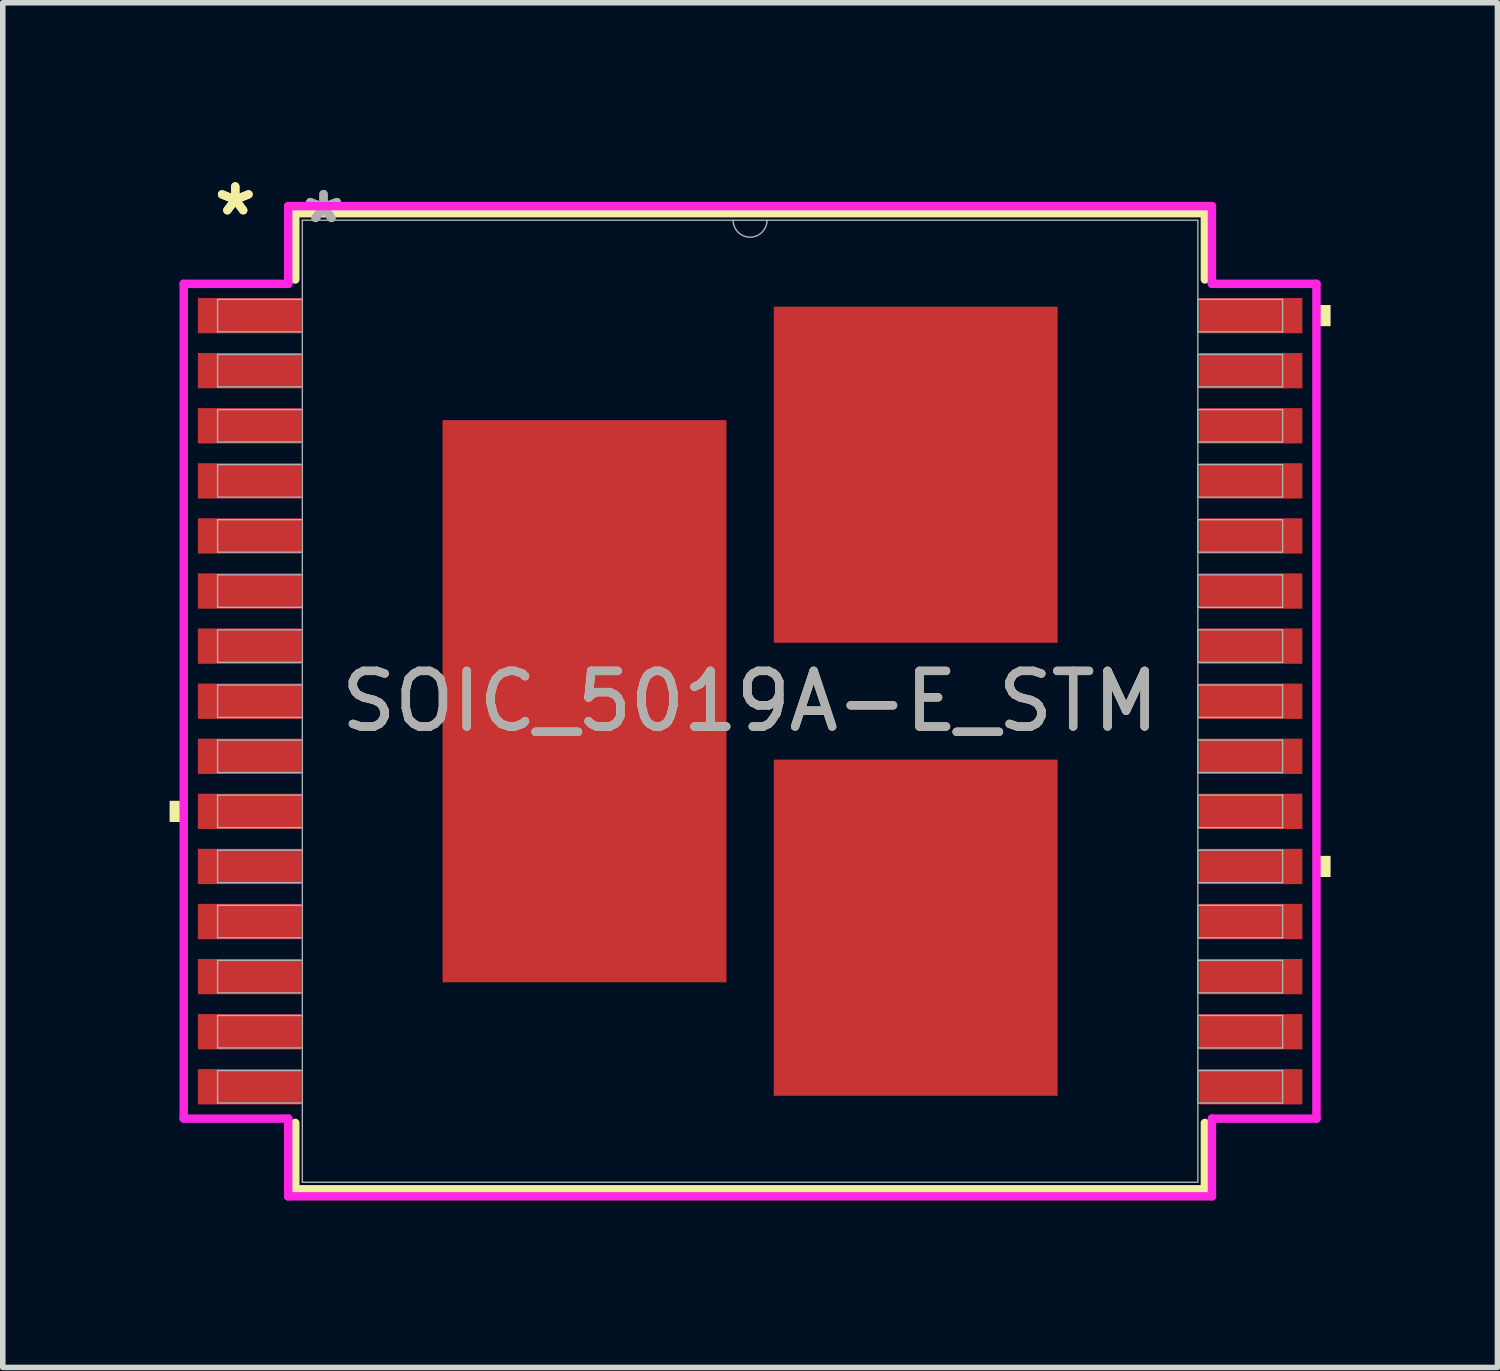
<source format=kicad_pcb>
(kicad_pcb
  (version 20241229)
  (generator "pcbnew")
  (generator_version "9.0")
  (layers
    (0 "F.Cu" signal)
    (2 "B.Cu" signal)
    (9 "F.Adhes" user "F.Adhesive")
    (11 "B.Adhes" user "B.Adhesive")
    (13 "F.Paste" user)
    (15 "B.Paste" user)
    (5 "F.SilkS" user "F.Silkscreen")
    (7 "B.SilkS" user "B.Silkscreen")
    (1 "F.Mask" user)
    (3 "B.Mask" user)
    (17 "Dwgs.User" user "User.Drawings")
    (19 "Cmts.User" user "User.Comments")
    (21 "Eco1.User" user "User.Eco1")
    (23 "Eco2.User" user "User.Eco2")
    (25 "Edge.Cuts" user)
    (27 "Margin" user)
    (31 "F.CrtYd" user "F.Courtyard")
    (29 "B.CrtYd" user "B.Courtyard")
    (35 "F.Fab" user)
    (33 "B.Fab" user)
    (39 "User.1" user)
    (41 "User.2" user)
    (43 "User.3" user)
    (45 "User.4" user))
  (footprint "SOIC_5019A-E_STM"
    (layer "F.Cu")
    (at 10.439 9.56)
    (property "Reference" "SOIC_5019A-E_STM" (at 0 0 0) (unlocked yes) (layer "F.SilkS") (effects (font (size 1 1) (thickness 0.15))))
    (attr smd)
    (fp_line (start -8.179 -8.777) (end -8.179 -7.584) (stroke (width 0.152) (type solid)) (layer "F.SilkS"))
    (fp_line (start -8.179 7.584) (end -8.179 8.777) (stroke (width 0.152) (type solid)) (layer "F.SilkS"))
    (fp_line (start -8.179 8.777) (end 8.179 8.777) (stroke (width 0.152) (type solid)) (layer "F.SilkS"))
    (fp_line (start 8.179 -8.777) (end -8.179 -8.777) (stroke (width 0.152) (type solid)) (layer "F.SilkS"))
    (fp_line (start 8.179 -7.584) (end 8.179 -8.777) (stroke (width 0.152) (type solid)) (layer "F.SilkS"))
    (fp_line (start 8.179 8.777) (end 8.179 7.584) (stroke (width 0.152) (type solid)) (layer "F.SilkS"))
    (fp_poly (pts (xy -10.439 1.791) (xy -10.439 2.172) (xy -10.185 2.172) (xy -10.185 1.791)) (stroke (width 0) (type solid)) (fill yes) (layer "F.SilkS"))
    (fp_poly (pts (xy 10.439 -7.125) (xy 10.439 -6.744) (xy 10.185 -6.744) (xy 10.185 -7.125)) (stroke (width 0) (type solid)) (fill yes) (layer "F.SilkS"))
    (fp_poly (pts (xy 10.439 2.781) (xy 10.439 3.162) (xy 10.185 3.162) (xy 10.185 2.781)) (stroke (width 0) (type solid)) (fill yes) (layer "F.SilkS"))
    (fp_line (start -10.185 -7.506) (end -8.306 -7.506) (stroke (width 0.152) (type solid)) (layer "F.CrtYd"))
    (fp_line (start -10.185 7.506) (end -10.185 -7.506) (stroke (width 0.152) (type solid)) (layer "F.CrtYd"))
    (fp_line (start -10.185 7.506) (end -8.306 7.506) (stroke (width 0.152) (type solid)) (layer "F.CrtYd"))
    (fp_line (start -8.306 -8.904) (end 8.306 -8.904) (stroke (width 0.152) (type solid)) (layer "F.CrtYd"))
    (fp_line (start -8.306 -7.506) (end -8.306 -8.904) (stroke (width 0.152) (type solid)) (layer "F.CrtYd"))
    (fp_line (start -8.306 8.904) (end -8.306 7.506) (stroke (width 0.152) (type solid)) (layer "F.CrtYd"))
    (fp_line (start 8.306 -8.904) (end 8.306 -7.506) (stroke (width 0.152) (type solid)) (layer "F.CrtYd"))
    (fp_line (start 8.306 7.506) (end 8.306 8.904) (stroke (width 0.152) (type solid)) (layer "F.CrtYd"))
    (fp_line (start 8.306 8.904) (end -8.306 8.904) (stroke (width 0.152) (type solid)) (layer "F.CrtYd"))
    (fp_line (start 10.185 -7.506) (end 8.306 -7.506) (stroke (width 0.152) (type solid)) (layer "F.CrtYd"))
    (fp_line (start 10.185 -7.506) (end 10.185 7.506) (stroke (width 0.152) (type solid)) (layer "F.CrtYd"))
    (fp_line (start 10.185 7.506) (end 8.306 7.506) (stroke (width 0.152) (type solid)) (layer "F.CrtYd"))
    (fp_line (start -9.576 -7.226) (end -9.576 -6.642) (stroke (width 0.025) (type solid)) (layer "F.Fab"))
    (fp_line (start -9.576 -6.642) (end -8.052 -6.642) (stroke (width 0.025) (type solid)) (layer "F.Fab"))
    (fp_line (start -9.576 -6.236) (end -9.576 -5.652) (stroke (width 0.025) (type solid)) (layer "F.Fab"))
    (fp_line (start -9.576 -5.652) (end -8.052 -5.652) (stroke (width 0.025) (type solid)) (layer "F.Fab"))
    (fp_line (start -9.576 -5.245) (end -9.576 -4.661) (stroke (width 0.025) (type solid)) (layer "F.Fab"))
    (fp_line (start -9.576 -4.661) (end -8.052 -4.661) (stroke (width 0.025) (type solid)) (layer "F.Fab"))
    (fp_line (start -9.576 -4.255) (end -9.576 -3.67) (stroke (width 0.025) (type solid)) (layer "F.Fab"))
    (fp_line (start -9.576 -3.67) (end -8.052 -3.67) (stroke (width 0.025) (type solid)) (layer "F.Fab"))
    (fp_line (start -9.576 -3.264) (end -9.576 -2.68) (stroke (width 0.025) (type solid)) (layer "F.Fab"))
    (fp_line (start -9.576 -2.68) (end -8.052 -2.68) (stroke (width 0.025) (type solid)) (layer "F.Fab"))
    (fp_line (start -9.576 -2.273) (end -9.576 -1.689) (stroke (width 0.025) (type solid)) (layer "F.Fab"))
    (fp_line (start -9.576 -1.689) (end -8.052 -1.689) (stroke (width 0.025) (type solid)) (layer "F.Fab"))
    (fp_line (start -9.576 -1.283) (end -9.576 -0.699) (stroke (width 0.025) (type solid)) (layer "F.Fab"))
    (fp_line (start -9.576 -0.699) (end -8.052 -0.699) (stroke (width 0.025) (type solid)) (layer "F.Fab"))
    (fp_line (start -9.576 -0.292) (end -9.576 0.292) (stroke (width 0.025) (type solid)) (layer "F.Fab"))
    (fp_line (start -9.576 0.292) (end -8.052 0.292) (stroke (width 0.025) (type solid)) (layer "F.Fab"))
    (fp_line (start -9.576 0.699) (end -9.576 1.283) (stroke (width 0.025) (type solid)) (layer "F.Fab"))
    (fp_line (start -9.576 1.283) (end -8.052 1.283) (stroke (width 0.025) (type solid)) (layer "F.Fab"))
    (fp_line (start -9.576 1.689) (end -9.576 2.273) (stroke (width 0.025) (type solid)) (layer "F.Fab"))
    (fp_line (start -9.576 2.273) (end -8.052 2.273) (stroke (width 0.025) (type solid)) (layer "F.Fab"))
    (fp_line (start -9.576 2.68) (end -9.576 3.264) (stroke (width 0.025) (type solid)) (layer "F.Fab"))
    (fp_line (start -9.576 3.264) (end -8.052 3.264) (stroke (width 0.025) (type solid)) (layer "F.Fab"))
    (fp_line (start -9.576 3.67) (end -9.576 4.255) (stroke (width 0.025) (type solid)) (layer "F.Fab"))
    (fp_line (start -9.576 4.255) (end -8.052 4.255) (stroke (width 0.025) (type solid)) (layer "F.Fab"))
    (fp_line (start -9.576 4.661) (end -9.576 5.245) (stroke (width 0.025) (type solid)) (layer "F.Fab"))
    (fp_line (start -9.576 5.245) (end -8.052 5.245) (stroke (width 0.025) (type solid)) (layer "F.Fab"))
    (fp_line (start -9.576 5.652) (end -9.576 6.236) (stroke (width 0.025) (type solid)) (layer "F.Fab"))
    (fp_line (start -9.576 6.236) (end -8.052 6.236) (stroke (width 0.025) (type solid)) (layer "F.Fab"))
    (fp_line (start -9.576 6.642) (end -9.576 7.226) (stroke (width 0.025) (type solid)) (layer "F.Fab"))
    (fp_line (start -9.576 7.226) (end -8.052 7.226) (stroke (width 0.025) (type solid)) (layer "F.Fab"))
    (fp_line (start -8.052 -8.65) (end -8.052 8.65) (stroke (width 0.025) (type solid)) (layer "F.Fab"))
    (fp_line (start -8.052 -7.226) (end -9.576 -7.226) (stroke (width 0.025) (type solid)) (layer "F.Fab"))
    (fp_line (start -8.052 -6.642) (end -8.052 -7.226) (stroke (width 0.025) (type solid)) (layer "F.Fab"))
    (fp_line (start -8.052 -6.236) (end -9.576 -6.236) (stroke (width 0.025) (type solid)) (layer "F.Fab"))
    (fp_line (start -8.052 -5.652) (end -8.052 -6.236) (stroke (width 0.025) (type solid)) (layer "F.Fab"))
    (fp_line (start -8.052 -5.245) (end -9.576 -5.245) (stroke (width 0.025) (type solid)) (layer "F.Fab"))
    (fp_line (start -8.052 -4.661) (end -8.052 -5.245) (stroke (width 0.025) (type solid)) (layer "F.Fab"))
    (fp_line (start -8.052 -4.255) (end -9.576 -4.255) (stroke (width 0.025) (type solid)) (layer "F.Fab"))
    (fp_line (start -8.052 -3.67) (end -8.052 -4.255) (stroke (width 0.025) (type solid)) (layer "F.Fab"))
    (fp_line (start -8.052 -3.264) (end -9.576 -3.264) (stroke (width 0.025) (type solid)) (layer "F.Fab"))
    (fp_line (start -8.052 -2.68) (end -8.052 -3.264) (stroke (width 0.025) (type solid)) (layer "F.Fab"))
    (fp_line (start -8.052 -2.273) (end -9.576 -2.273) (stroke (width 0.025) (type solid)) (layer "F.Fab"))
    (fp_line (start -8.052 -1.689) (end -8.052 -2.273) (stroke (width 0.025) (type solid)) (layer "F.Fab"))
    (fp_line (start -8.052 -1.283) (end -9.576 -1.283) (stroke (width 0.025) (type solid)) (layer "F.Fab"))
    (fp_line (start -8.052 -0.699) (end -8.052 -1.283) (stroke (width 0.025) (type solid)) (layer "F.Fab"))
    (fp_line (start -8.052 -0.292) (end -9.576 -0.292) (stroke (width 0.025) (type solid)) (layer "F.Fab"))
    (fp_line (start -8.052 0.292) (end -8.052 -0.292) (stroke (width 0.025) (type solid)) (layer "F.Fab"))
    (fp_line (start -8.052 0.699) (end -9.576 0.699) (stroke (width 0.025) (type solid)) (layer "F.Fab"))
    (fp_line (start -8.052 1.283) (end -8.052 0.699) (stroke (width 0.025) (type solid)) (layer "F.Fab"))
    (fp_line (start -8.052 1.689) (end -9.576 1.689) (stroke (width 0.025) (type solid)) (layer "F.Fab"))
    (fp_line (start -8.052 2.273) (end -8.052 1.689) (stroke (width 0.025) (type solid)) (layer "F.Fab"))
    (fp_line (start -8.052 2.68) (end -9.576 2.68) (stroke (width 0.025) (type solid)) (layer "F.Fab"))
    (fp_line (start -8.052 3.264) (end -8.052 2.68) (stroke (width 0.025) (type solid)) (layer "F.Fab"))
    (fp_line (start -8.052 3.67) (end -9.576 3.67) (stroke (width 0.025) (type solid)) (layer "F.Fab"))
    (fp_line (start -8.052 4.255) (end -8.052 3.67) (stroke (width 0.025) (type solid)) (layer "F.Fab"))
    (fp_line (start -8.052 4.661) (end -9.576 4.661) (stroke (width 0.025) (type solid)) (layer "F.Fab"))
    (fp_line (start -8.052 5.245) (end -8.052 4.661) (stroke (width 0.025) (type solid)) (layer "F.Fab"))
    (fp_line (start -8.052 5.652) (end -9.576 5.652) (stroke (width 0.025) (type solid)) (layer "F.Fab"))
    (fp_line (start -8.052 6.236) (end -8.052 5.652) (stroke (width 0.025) (type solid)) (layer "F.Fab"))
    (fp_line (start -8.052 6.642) (end -9.576 6.642) (stroke (width 0.025) (type solid)) (layer "F.Fab"))
    (fp_line (start -8.052 7.226) (end -8.052 6.642) (stroke (width 0.025) (type solid)) (layer "F.Fab"))
    (fp_line (start -8.052 8.65) (end 8.052 8.65) (stroke (width 0.025) (type solid)) (layer "F.Fab"))
    (fp_line (start 8.052 -8.65) (end -8.052 -8.65) (stroke (width 0.025) (type solid)) (layer "F.Fab"))
    (fp_line (start 8.052 -7.226) (end 8.052 -6.642) (stroke (width 0.025) (type solid)) (layer "F.Fab"))
    (fp_line (start 8.052 -6.642) (end 9.576 -6.642) (stroke (width 0.025) (type solid)) (layer "F.Fab"))
    (fp_line (start 8.052 -6.236) (end 8.052 -5.652) (stroke (width 0.025) (type solid)) (layer "F.Fab"))
    (fp_line (start 8.052 -5.652) (end 9.576 -5.652) (stroke (width 0.025) (type solid)) (layer "F.Fab"))
    (fp_line (start 8.052 -5.245) (end 8.052 -4.661) (stroke (width 0.025) (type solid)) (layer "F.Fab"))
    (fp_line (start 8.052 -4.661) (end 9.576 -4.661) (stroke (width 0.025) (type solid)) (layer "F.Fab"))
    (fp_line (start 8.052 -4.255) (end 8.052 -3.67) (stroke (width 0.025) (type solid)) (layer "F.Fab"))
    (fp_line (start 8.052 -3.67) (end 9.576 -3.67) (stroke (width 0.025) (type solid)) (layer "F.Fab"))
    (fp_line (start 8.052 -3.264) (end 8.052 -2.68) (stroke (width 0.025) (type solid)) (layer "F.Fab"))
    (fp_line (start 8.052 -2.68) (end 9.576 -2.68) (stroke (width 0.025) (type solid)) (layer "F.Fab"))
    (fp_line (start 8.052 -2.273) (end 8.052 -1.689) (stroke (width 0.025) (type solid)) (layer "F.Fab"))
    (fp_line (start 8.052 -1.689) (end 9.576 -1.689) (stroke (width 0.025) (type solid)) (layer "F.Fab"))
    (fp_line (start 8.052 -1.283) (end 8.052 -0.699) (stroke (width 0.025) (type solid)) (layer "F.Fab"))
    (fp_line (start 8.052 -0.699) (end 9.576 -0.699) (stroke (width 0.025) (type solid)) (layer "F.Fab"))
    (fp_line (start 8.052 -0.292) (end 8.052 0.292) (stroke (width 0.025) (type solid)) (layer "F.Fab"))
    (fp_line (start 8.052 0.292) (end 9.576 0.292) (stroke (width 0.025) (type solid)) (layer "F.Fab"))
    (fp_line (start 8.052 0.699) (end 8.052 1.283) (stroke (width 0.025) (type solid)) (layer "F.Fab"))
    (fp_line (start 8.052 1.283) (end 9.576 1.283) (stroke (width 0.025) (type solid)) (layer "F.Fab"))
    (fp_line (start 8.052 1.689) (end 8.052 2.273) (stroke (width 0.025) (type solid)) (layer "F.Fab"))
    (fp_line (start 8.052 2.273) (end 9.576 2.273) (stroke (width 0.025) (type solid)) (layer "F.Fab"))
    (fp_line (start 8.052 2.68) (end 8.052 3.264) (stroke (width 0.025) (type solid)) (layer "F.Fab"))
    (fp_line (start 8.052 3.264) (end 9.576 3.264) (stroke (width 0.025) (type solid)) (layer "F.Fab"))
    (fp_line (start 8.052 3.67) (end 8.052 4.255) (stroke (width 0.025) (type solid)) (layer "F.Fab"))
    (fp_line (start 8.052 4.255) (end 9.576 4.255) (stroke (width 0.025) (type solid)) (layer "F.Fab"))
    (fp_line (start 8.052 4.661) (end 8.052 5.245) (stroke (width 0.025) (type solid)) (layer "F.Fab"))
    (fp_line (start 8.052 5.245) (end 9.576 5.245) (stroke (width 0.025) (type solid)) (layer "F.Fab"))
    (fp_line (start 8.052 5.652) (end 8.052 6.236) (stroke (width 0.025) (type solid)) (layer "F.Fab"))
    (fp_line (start 8.052 6.236) (end 9.576 6.236) (stroke (width 0.025) (type solid)) (layer "F.Fab"))
    (fp_line (start 8.052 6.642) (end 8.052 7.226) (stroke (width 0.025) (type solid)) (layer "F.Fab"))
    (fp_line (start 8.052 7.226) (end 9.576 7.226) (stroke (width 0.025) (type solid)) (layer "F.Fab"))
    (fp_line (start 8.052 8.65) (end 8.052 -8.65) (stroke (width 0.025) (type solid)) (layer "F.Fab"))
    (fp_line (start 9.576 -7.226) (end 8.052 -7.226) (stroke (width 0.025) (type solid)) (layer "F.Fab"))
    (fp_line (start 9.576 -6.642) (end 9.576 -7.226) (stroke (width 0.025) (type solid)) (layer "F.Fab"))
    (fp_line (start 9.576 -6.236) (end 8.052 -6.236) (stroke (width 0.025) (type solid)) (layer "F.Fab"))
    (fp_line (start 9.576 -5.652) (end 9.576 -6.236) (stroke (width 0.025) (type solid)) (layer "F.Fab"))
    (fp_line (start 9.576 -5.245) (end 8.052 -5.245) (stroke (width 0.025) (type solid)) (layer "F.Fab"))
    (fp_line (start 9.576 -4.661) (end 9.576 -5.245) (stroke (width 0.025) (type solid)) (layer "F.Fab"))
    (fp_line (start 9.576 -4.255) (end 8.052 -4.255) (stroke (width 0.025) (type solid)) (layer "F.Fab"))
    (fp_line (start 9.576 -3.67) (end 9.576 -4.255) (stroke (width 0.025) (type solid)) (layer "F.Fab"))
    (fp_line (start 9.576 -3.264) (end 8.052 -3.264) (stroke (width 0.025) (type solid)) (layer "F.Fab"))
    (fp_line (start 9.576 -2.68) (end 9.576 -3.264) (stroke (width 0.025) (type solid)) (layer "F.Fab"))
    (fp_line (start 9.576 -2.273) (end 8.052 -2.273) (stroke (width 0.025) (type solid)) (layer "F.Fab"))
    (fp_line (start 9.576 -1.689) (end 9.576 -2.273) (stroke (width 0.025) (type solid)) (layer "F.Fab"))
    (fp_line (start 9.576 -1.283) (end 8.052 -1.283) (stroke (width 0.025) (type solid)) (layer "F.Fab"))
    (fp_line (start 9.576 -0.699) (end 9.576 -1.283) (stroke (width 0.025) (type solid)) (layer "F.Fab"))
    (fp_line (start 9.576 -0.292) (end 8.052 -0.292) (stroke (width 0.025) (type solid)) (layer "F.Fab"))
    (fp_line (start 9.576 0.292) (end 9.576 -0.292) (stroke (width 0.025) (type solid)) (layer "F.Fab"))
    (fp_line (start 9.576 0.699) (end 8.052 0.699) (stroke (width 0.025) (type solid)) (layer "F.Fab"))
    (fp_line (start 9.576 1.283) (end 9.576 0.699) (stroke (width 0.025) (type solid)) (layer "F.Fab"))
    (fp_line (start 9.576 1.689) (end 8.052 1.689) (stroke (width 0.025) (type solid)) (layer "F.Fab"))
    (fp_line (start 9.576 2.273) (end 9.576 1.689) (stroke (width 0.025) (type solid)) (layer "F.Fab"))
    (fp_line (start 9.576 2.68) (end 8.052 2.68) (stroke (width 0.025) (type solid)) (layer "F.Fab"))
    (fp_line (start 9.576 3.264) (end 9.576 2.68) (stroke (width 0.025) (type solid)) (layer "F.Fab"))
    (fp_line (start 9.576 3.67) (end 8.052 3.67) (stroke (width 0.025) (type solid)) (layer "F.Fab"))
    (fp_line (start 9.576 4.255) (end 9.576 3.67) (stroke (width 0.025) (type solid)) (layer "F.Fab"))
    (fp_line (start 9.576 4.661) (end 8.052 4.661) (stroke (width 0.025) (type solid)) (layer "F.Fab"))
    (fp_line (start 9.576 5.245) (end 9.576 4.661) (stroke (width 0.025) (type solid)) (layer "F.Fab"))
    (fp_line (start 9.576 5.652) (end 8.052 5.652) (stroke (width 0.025) (type solid)) (layer "F.Fab"))
    (fp_line (start 9.576 6.236) (end 9.576 5.652) (stroke (width 0.025) (type solid)) (layer "F.Fab"))
    (fp_line (start 9.576 6.642) (end 8.052 6.642) (stroke (width 0.025) (type solid)) (layer "F.Fab"))
    (fp_line (start 9.576 7.226) (end 9.576 6.642) (stroke (width 0.025) (type solid)) (layer "F.Fab"))
    (fp_arc (start 0.3048 -8.650001) (mid 0 -8.345201) (end -0.3048 -8.650001) (stroke (width 0.0254) (type solid)) (layer "F.Fab"))
    (fp_text user "*" (at -9.258 -8.712 0) (layer "F.SilkS") (effects (font (size 1 1) (thickness 0.15))))
    (fp_text user "*" (at -9.258 -8.712 0) (unlocked yes) (layer "F.SilkS") (effects (font (size 1 1) (thickness 0.15))))
    (fp_text user "*" (at -7.671 -8.574 0) (unlocked yes) (layer "F.Fab") (effects (font (size 1 1) (thickness 0.15))))
    (fp_text user "${REFERENCE}" (at 0 0 0) (unlocked yes) (layer "F.Fab") (effects (font (size 1 1) (thickness 0.15))))
    (fp_text user "*" (at -7.671 -8.574 0) (layer "F.Fab") (effects (font (size 1 1) (thickness 0.15))))
    (pad "1" smd rect (at -9.004 -6.934) (size 1.854 0.635) (layers "F.Cu" "F.Mask" "F.Paste"))
    (pad "2" smd rect (at -9.004 -5.944) (size 1.854 0.635) (layers "F.Cu" "F.Mask" "F.Paste"))
    (pad "3" smd rect (at -9.004 -4.953) (size 1.854 0.635) (layers "F.Cu" "F.Mask" "F.Paste"))
    (pad "4" smd rect (at -9.004 -3.962) (size 1.854 0.635) (layers "F.Cu" "F.Mask" "F.Paste"))
    (pad "5" smd rect (at -9.004 -2.972) (size 1.854 0.635) (layers "F.Cu" "F.Mask" "F.Paste"))
    (pad "6" smd rect (at -9.004 -1.981) (size 1.854 0.635) (layers "F.Cu" "F.Mask" "F.Paste"))
    (pad "7" smd rect (at -9.004 -0.991) (size 1.854 0.635) (layers "F.Cu" "F.Mask" "F.Paste"))
    (pad "8" smd rect (at -9.004 0) (size 1.854 0.635) (layers "F.Cu" "F.Mask" "F.Paste"))
    (pad "9" smd rect (at -9.004 0.991) (size 1.854 0.635) (layers "F.Cu" "F.Mask" "F.Paste"))
    (pad "10" smd rect (at -9.004 1.981) (size 1.854 0.635) (layers "F.Cu" "F.Mask" "F.Paste"))
    (pad "11" smd rect (at -9.004 2.972) (size 1.854 0.635) (layers "F.Cu" "F.Mask" "F.Paste"))
    (pad "12" smd rect (at -9.004 3.962) (size 1.854 0.635) (layers "F.Cu" "F.Mask" "F.Paste"))
    (pad "13" smd rect (at -9.004 4.953) (size 1.854 0.635) (layers "F.Cu" "F.Mask" "F.Paste"))
    (pad "14" smd rect (at -9.004 5.944) (size 1.854 0.635) (layers "F.Cu" "F.Mask" "F.Paste"))
    (pad "15" smd rect (at -9.004 6.934) (size 1.854 0.635) (layers "F.Cu" "F.Mask" "F.Paste"))
    (pad "16" smd rect (at 9.004 6.934) (size 1.854 0.635) (layers "F.Cu" "F.Mask" "F.Paste"))
    (pad "17" smd rect (at 9.004 5.944) (size 1.854 0.635) (layers "F.Cu" "F.Mask" "F.Paste"))
    (pad "18" smd rect (at 9.004 4.953) (size 1.854 0.635) (layers "F.Cu" "F.Mask" "F.Paste"))
    (pad "19" smd rect (at 9.004 3.962) (size 1.854 0.635) (layers "F.Cu" "F.Mask" "F.Paste"))
    (pad "20" smd rect (at 9.004 2.972) (size 1.854 0.635) (layers "F.Cu" "F.Mask" "F.Paste"))
    (pad "21" smd rect (at 9.004 1.981) (size 1.854 0.635) (layers "F.Cu" "F.Mask" "F.Paste"))
    (pad "22" smd rect (at 9.004 0.991) (size 1.854 0.635) (layers "F.Cu" "F.Mask" "F.Paste"))
    (pad "23" smd rect (at 9.004 0) (size 1.854 0.635) (layers "F.Cu" "F.Mask" "F.Paste"))
    (pad "24" smd rect (at 9.004 -0.991) (size 1.854 0.635) (layers "F.Cu" "F.Mask" "F.Paste"))
    (pad "25" smd rect (at 9.004 -1.981) (size 1.854 0.635) (layers "F.Cu" "F.Mask" "F.Paste"))
    (pad "26" smd rect (at 9.004 -2.972) (size 1.854 0.635) (layers "F.Cu" "F.Mask" "F.Paste"))
    (pad "27" smd rect (at 9.004 -3.962) (size 1.854 0.635) (layers "F.Cu" "F.Mask" "F.Paste"))
    (pad "28" smd rect (at 9.004 -4.953) (size 1.854 0.635) (layers "F.Cu" "F.Mask" "F.Paste"))
    (pad "29" smd rect (at 9.004 -5.944) (size 1.854 0.635) (layers "F.Cu" "F.Mask" "F.Paste"))
    (pad "30" smd rect (at 9.004 -6.934) (size 1.854 0.635) (layers "F.Cu" "F.Mask" "F.Paste"))
    (pad "31" smd rect (at 2.978 -4.073) (size 5.105 6.045) (layers "F.Cu" "F.Mask" "F.Paste"))
    (pad "32" smd rect (at 2.978 4.073) (size 5.105 6.045) (layers "F.Cu" "F.Mask" "F.Paste"))
    (pad "33" smd rect (at -2.978 0) (size 5.105 10.109) (layers "F.Cu" "F.Mask" "F.Paste")))
  (gr_rect
    (start -3 -3)
    (end 23.879 21.541)
    (stroke (width 0.1) (type default))
    (fill no)
    (layer "Edge.Cuts")))
</source>
